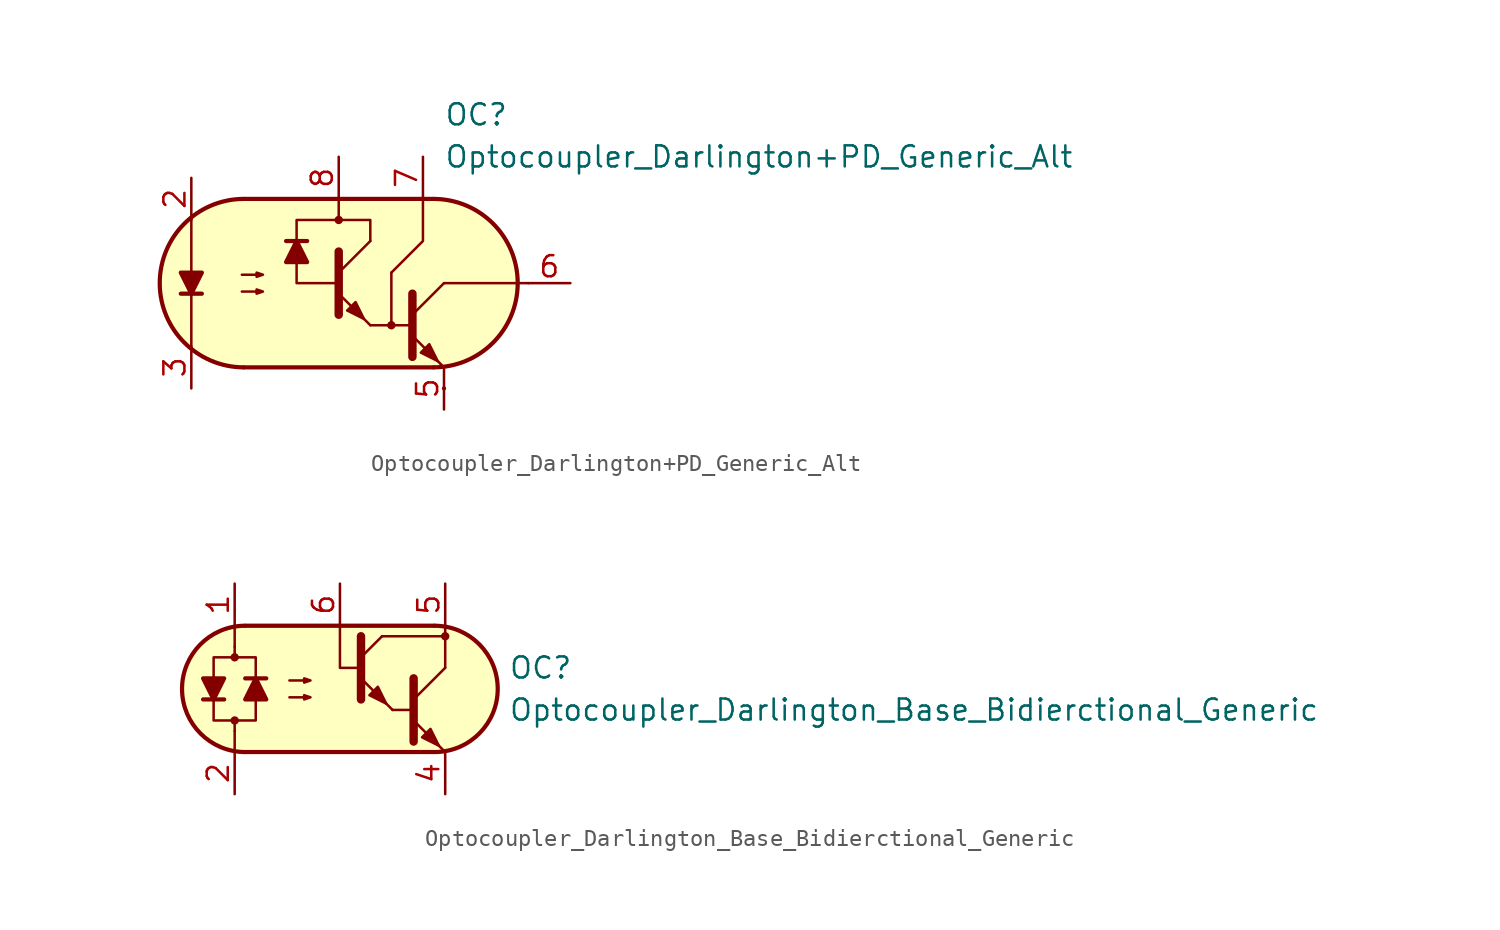
<source format=kicad_sym>
(kicad_symbol_lib
  (version 20211014)
  (generator kicad_symbol_editor)
  (symbol "Optocoupler_Darlington+PD_Generic_Alt"
    (pin_names
      (offset 1.016))
    (property "Reference" "OC"
      (at 6.35 10.16 0)
      (effects (font (size 1.27 1.27)) (justify left)))
    (property "Value" "Optocoupler_Darlington+PD_Generic_Alt"
      (at 6.35 7.62 0)
      (effects (font (size 1.27 1.27)) (justify left)))
    (symbol "Optocoupler_Darlington+PD_Generic_Alt_0_0"
      (polyline (pts (xy 4.445 -2.54) (xy 3.175 -2.54)) (stroke (width 0) (type default) (color 0 0 0 0)) (fill (type none)))
      (rectangle (start 6.35 -6.35) (end 6.35 -6.35) (stroke (width 0.254) (type default) (color 0 0 0 0)) (fill (type background))))
    (symbol "Optocoupler_Darlington+PD_Generic_Alt_0_1"
      (arc (start -5.7469 5.08) (mid -10.7951 0) (end -5.7469 -5.08) (stroke (width 0.254) (type default) (color 0 0 0 0)) (fill (type none)))
      (polyline (pts (xy -9.525 -0.635) (xy -8.255 -0.635)) (stroke (width 0.254) (type default) (color 0 0 0 0)) (fill (type none)))
      (polyline (pts (xy -8.89 -3.81) (xy -8.89 3.81)) (stroke (width 0.152) (type default) (color 0 0 0 0)) (fill (type none)))
      (polyline (pts (xy -5.715 5.08) (xy 5.715 5.08)) (stroke (width 0.254) (type default) (color 0 0 0 0)) (fill (type none)))
      (polyline (pts (xy 0 3.81) (xy 0 5.08)) (stroke (width 0.152) (type default) (color 0 0 0 0)) (fill (type none)))
      (polyline (pts (xy 1.905 -2.54) (xy 3.175 -2.54)) (stroke (width 0.152) (type default) (color 0 0 0 0)) (fill (type none)))
      (polyline (pts (xy 3.175 0.635) (xy 3.175 -2.54)) (stroke (width 0.152) (type default) (color 0 0 0 0)) (fill (type none)))
      (polyline (pts (xy 4.445 -1.905) (xy 6.35 0)) (stroke (width 0) (type default) (color 0 0 0 0)) (fill (type none)))
      (polyline (pts (xy 5.715 -5.08) (xy -5.715 -5.08)) (stroke (width 0.254) (type default) (color 0 0 0 0)) (fill (type none)))
      (polyline (pts (xy 6.35 -5.08) (xy 4.445 -3.175)) (stroke (width 0) (type default) (color 0 0 0 0)) (fill (type outline)))
      (polyline (pts (xy 6.35 0) (xy 11.43 0)) (stroke (width 0.152) (type default) (color 0 0 0 0)) (fill (type none)))
      (polyline (pts (xy 3.175 0.635) (xy 5.08 2.54) (xy 5.08 5.08)) (stroke (width 0.152) (type default) (color 0 0 0 0)) (fill (type none)))
      (polyline (pts (xy 4.445 -0.635) (xy 4.445 -4.445) (xy 4.445 -4.445)) (stroke (width 0.508) (type default) (color 0 0 0 0)) (fill (type none)))
      (polyline (pts (xy -8.89 -0.635) (xy -9.525 0.635) (xy -8.255 0.635) (xy -8.89 -0.635)) (stroke (width 0.254) (type default) (color 0 0 0 0)) (fill (type outline)))
      (polyline (pts (xy -5.842 -0.508) (xy -4.572 -0.508) (xy -4.953 -0.635) (xy -4.953 -0.381) (xy -4.572 -0.508)) (stroke (width 0) (type default) (color 0 0 0 0)) (fill (type none)))
      (polyline (pts (xy -5.842 0.508) (xy -4.572 0.508) (xy -4.953 0.381) (xy -4.953 0.635) (xy -4.572 0.508)) (stroke (width 0) (type default) (color 0 0 0 0)) (fill (type none)))
      (polyline (pts (xy 1.905 2.54) (xy 1.905 3.81) (xy -2.54 3.81) (xy -2.54 0) (xy 0 0)) (stroke (width 0.152) (type default) (color 0 0 0 0)) (fill (type none)))
      (polyline (pts (xy 4.953 -4.191) (xy 5.461 -3.683) (xy 5.969 -4.699) (xy 4.953 -4.191) (xy 4.953 -4.191)) (stroke (width 0) (type default) (color 0 0 0 0)) (fill (type outline)))
      (polyline (pts (xy -5.715 5.08) (xy -6.985 4.953) (xy -8.382 4.318) (xy -9.398 3.556) (xy -10.287 2.286) (xy -10.668 0.889) (xy -10.795 0) (xy -10.668 -1.27) (xy -10.16 -2.54) (xy -9.398 -3.429) (xy -8.509 -4.191) (xy -7.493 -4.699) (xy -6.731 -4.953) (xy -5.842 -5.08) (xy 5.969 -5.08) (xy 7.239 -4.826) (xy 8.382 -4.318) (xy 9.271 -3.683) (xy 10.16 -2.54) (xy 10.668 -1.27) (xy 10.795 0) (xy 10.668 1.27) (xy 10.287 2.286) (xy 9.525 3.429) (xy 8.636 4.191) (xy 7.366 4.826) (xy 6.223 5.08) (xy 5.715 5.08) (xy -5.715 5.08)) (stroke (width 0.01) (type default) (color 0 0 0 0)) (fill (type background)))
      (arc (start 5.7469 -5.08) (mid 10.7951 0) (end 5.7469 5.08) (stroke (width 0.254) (type default) (color 0 0 0 0)) (fill (type none))))
    (symbol "Optocoupler_Darlington+PD_Generic_Alt_1_1"
      (polyline (pts (xy -1.905 2.54) (xy -3.175 2.54)) (stroke (width 0.254) (type default) (color 0 0 0 0)) (fill (type none)))
      (polyline (pts (xy 0 0.635) (xy 1.905 2.54)) (stroke (width 0) (type default) (color 0 0 0 0)) (fill (type none)))
      (polyline (pts (xy 1.905 -2.54) (xy 0 -0.635)) (stroke (width 0) (type default) (color 0 0 0 0)) (fill (type outline)))
      (polyline (pts (xy 0 1.905) (xy 0 -1.905) (xy 0 -1.905)) (stroke (width 0.508) (type default) (color 0 0 0 0)) (fill (type none)))
      (polyline (pts (xy -2.54 2.54) (xy -1.905 1.27) (xy -3.175 1.27) (xy -2.54 2.54)) (stroke (width 0.254) (type default) (color 0 0 0 0)) (fill (type outline)))
      (polyline (pts (xy 0.508 -1.651) (xy 1.016 -1.143) (xy 1.524 -2.159) (xy 0.508 -1.651) (xy 0.508 -1.651)) (stroke (width 0) (type default) (color 0 0 0 0)) (fill (type outline)))
      (circle (center 0 3.81) (radius 0.178) (stroke (width 0) (type default) (color 0 0 0 0)) (fill (type outline)))
      (circle (center 3.175 -2.54) (radius 0.178) (stroke (width 0) (type default) (color 0 0 0 0)) (fill (type outline)))
      (pin no_connect line (at 0 1.27 0) (length 2.54) hide (name "NC" (effects (font (size 1.27 1.27)))) (number "1" (effects (font (size 1.27 1.27)))))
      (pin passive line (at -8.89 6.35 270) (length 2.54) (name "~" (effects (font (size 1.27 1.27)))) (number "2" (effects (font (size 1.27 1.27)))))
      (pin passive line (at -8.89 -6.35 90) (length 2.54) (name "~" (effects (font (size 1.27 1.27)))) (number "3" (effects (font (size 1.27 1.27)))))
      (pin no_connect line (at 0 -1.27 0) (length 2.54) hide (name "NC" (effects (font (size 1.27 1.27)))) (number "4" (effects (font (size 1.27 1.27)))))
      (pin passive line (at 6.35 -7.62 90) (length 2.54) (name "~" (effects (font (size 1.27 1.27)))) (number "5" (effects (font (size 1.27 1.27)))))
      (pin passive line (at 13.97 0 180) (length 2.54) (name "~" (effects (font (size 1.27 1.27)))) (number "6" (effects (font (size 1.27 1.27)))))
      (pin passive line (at 5.08 7.62 270) (length 2.54) (name "~" (effects (font (size 1.27 1.27)))) (number "7" (effects (font (size 1.27 1.27)))))
      (pin passive line (at 0 7.62 270) (length 2.54) (name "~" (effects (font (size 1.27 1.27)))) (number "8" (effects (font (size 1.27 1.27)))))))
  (symbol "Optocoupler_Darlington_Base_Bidierctional_Generic"
    (pin_names
      (offset 1.016))
    (property "Reference" "OC"
      (at 10.16 1.27 0)
      (effects (font (size 1.27 1.27)) (justify left)))
    (property "Value" "Optocoupler_Darlington_Base_Bidierctional_Generic"
      (at 10.16 -1.27 0)
      (effects (font (size 1.27 1.27)) (justify left)))
    (symbol "Optocoupler_Darlington_Base_Bidierctional_Generic_0_1"
      (arc (start -5.7535 3.8099) (mid -9.5251 -0.016) (end -5.7216 -3.8101) (stroke (width 0.254) (type default) (color 0 0 0 0)) (fill (type none)))
      (polyline (pts (xy -6.35 -2.54) (xy -6.35 -3.81)) (stroke (width 0.152) (type default) (color 0 0 0 0)) (fill (type none)))
      (polyline (pts (xy -6.35 1.905) (xy -6.35 2.54)) (stroke (width 0.152) (type default) (color 0 0 0 0)) (fill (type none)))
      (polyline (pts (xy -6.35 2.54) (xy -6.35 3.81)) (stroke (width 0.152) (type default) (color 0 0 0 0)) (fill (type none)))
      (polyline (pts (xy -5.715 -3.81) (xy 5.715 -3.81)) (stroke (width 0.254) (type default) (color 0 0 0 0)) (fill (type none)))
      (polyline (pts (xy 2.54 3.175) (xy 6.35 3.175)) (stroke (width 0.152) (type default) (color 0 0 0 0)) (fill (type none)))
      (polyline (pts (xy 3.175 -1.27) (xy 4.445 -1.27)) (stroke (width 0) (type default) (color 0 0 0 0)) (fill (type none)))
      (polyline (pts (xy 4.445 -0.635) (xy 6.35 1.27)) (stroke (width 0) (type default) (color 0 0 0 0)) (fill (type none)))
      (polyline (pts (xy 5.715 3.81) (xy -5.715 3.81)) (stroke (width 0.254) (type default) (color 0 0 0 0)) (fill (type none)))
      (polyline (pts (xy 6.35 -3.81) (xy 4.445 -1.905)) (stroke (width 0) (type default) (color 0 0 0 0)) (fill (type outline)))
      (polyline (pts (xy 6.35 1.27) (xy 6.35 3.81)) (stroke (width 0.152) (type default) (color 0 0 0 0)) (fill (type none)))
      (polyline (pts (xy 1.27 1.27) (xy 0 1.27) (xy 0 3.81)) (stroke (width 0.152) (type default) (color 0 0 0 0)) (fill (type none)))
      (polyline (pts (xy 4.445 0.635) (xy 4.445 -3.175) (xy 4.445 -3.175)) (stroke (width 0.508) (type default) (color 0 0 0 0)) (fill (type none)))
      (polyline (pts (xy -3.048 -0.508) (xy -1.778 -0.508) (xy -2.159 -0.635) (xy -2.159 -0.381) (xy -1.778 -0.508)) (stroke (width 0) (type default) (color 0 0 0 0)) (fill (type none)))
      (polyline (pts (xy -3.048 0.508) (xy -1.778 0.508) (xy -2.159 0.381) (xy -2.159 0.635) (xy -1.778 0.508)) (stroke (width 0) (type default) (color 0 0 0 0)) (fill (type none)))
      (polyline (pts (xy 4.953 -2.921) (xy 5.461 -2.413) (xy 5.969 -3.429) (xy 4.953 -2.921) (xy 4.953 -2.921)) (stroke (width 0) (type default) (color 0 0 0 0)) (fill (type outline)))
      (polyline (pts (xy -6.35 -2.54) (xy -6.35 -1.905) (xy -7.62 -1.905) (xy -7.62 1.905) (xy -5.08 1.905) (xy -5.08 -1.905) (xy -6.35 -1.905)) (stroke (width 0.152) (type default) (color 0 0 0 0)) (fill (type none)))
      (polyline (pts (xy 5.715 3.81) (xy -5.842 3.81) (xy -6.731 3.683) (xy -7.62 3.302) (xy -8.509 2.54) (xy -9.017 1.905) (xy -9.398 1.016) (xy -9.525 0) (xy -9.398 -1.016) (xy -9.017 -1.905) (xy -8.382 -2.667) (xy -7.747 -3.175) (xy -6.985 -3.556) (xy -6.096 -3.81) (xy 6.096 -3.81) (xy 7.112 -3.556) (xy 8.128 -2.921) (xy 8.89 -2.159) (xy 9.271 -1.397) (xy 9.525 -0.127) (xy 9.398 0.889) (xy 9.144 1.651) (xy 8.763 2.286) (xy 8.255 2.794) (xy 7.62 3.302) (xy 6.731 3.683) (xy 5.715 3.81)) (stroke (width 0.01) (type default) (color 0 0 0 0)) (fill (type background)))
      (arc (start 5.7469 -3.81) (mid 9.5185 0.0159) (end 5.715 3.81) (stroke (width 0.254) (type default) (color 0 0 0 0)) (fill (type none))))
    (symbol "Optocoupler_Darlington_Base_Bidierctional_Generic_1_1"
      (circle (center -6.35 -1.905) (radius 0.178) (stroke (width 0) (type default) (color 0 0 0 0)) (fill (type outline)))
      (circle (center -6.35 1.905) (radius 0.178) (stroke (width 0) (type default) (color 0 0 0 0)) (fill (type outline)))
      (polyline (pts (xy -8.255 -0.635) (xy -6.985 -0.635)) (stroke (width 0.254) (type default) (color 0 0 0 0)) (fill (type none)))
      (polyline (pts (xy -4.445 0.635) (xy -5.715 0.635)) (stroke (width 0.254) (type default) (color 0 0 0 0)) (fill (type none)))
      (polyline (pts (xy 1.27 1.905) (xy 2.54 3.175)) (stroke (width 0) (type default) (color 0 0 0 0)) (fill (type none)))
      (polyline (pts (xy 3.175 -1.27) (xy 1.27 0.635)) (stroke (width 0) (type default) (color 0 0 0 0)) (fill (type outline)))
      (polyline (pts (xy 1.27 3.175) (xy 1.27 -0.635) (xy 1.27 -0.635)) (stroke (width 0.508) (type default) (color 0 0 0 0)) (fill (type none)))
      (polyline (pts (xy -7.62 -0.635) (xy -8.255 0.635) (xy -6.985 0.635) (xy -7.62 -0.635)) (stroke (width 0.254) (type default) (color 0 0 0 0)) (fill (type outline)))
      (polyline (pts (xy -5.08 0.635) (xy -4.445 -0.635) (xy -5.715 -0.635) (xy -5.08 0.635)) (stroke (width 0.254) (type default) (color 0 0 0 0)) (fill (type outline)))
      (polyline (pts (xy 1.778 -0.381) (xy 2.286 0.127) (xy 2.794 -0.889) (xy 1.778 -0.381) (xy 1.778 -0.381)) (stroke (width 0) (type default) (color 0 0 0 0)) (fill (type outline)))
      (circle (center 6.35 3.175) (radius 0.178) (stroke (width 0) (type default) (color 0 0 0 0)) (fill (type outline)))
      (pin passive line (at -6.35 6.35 270) (length 2.54) (name "~" (effects (font (size 1.27 1.27)))) (number "1" (effects (font (size 1.27 1.27)))))
      (pin passive line (at -6.35 -6.35 90) (length 2.54) (name "~" (effects (font (size 1.27 1.27)))) (number "2" (effects (font (size 1.27 1.27)))))
      (pin no_connect line (at 0 0 0) (length 2.54) hide (name "NC" (effects (font (size 1.27 1.27)))) (number "3" (effects (font (size 1.27 1.27)))))
      (pin passive line (at 6.35 -6.35 90) (length 2.54) (name "~" (effects (font (size 1.27 1.27)))) (number "4" (effects (font (size 1.27 1.27)))))
      (pin passive line (at 6.35 6.35 270) (length 2.54) (name "~" (effects (font (size 1.27 1.27)))) (number "5" (effects (font (size 1.27 1.27)))))
      (pin passive line (at 0 6.35 270) (length 2.54) (name "~" (effects (font (size 1.27 1.27)))) (number "6" (effects (font (size 1.27 1.27))))))))
</source>
